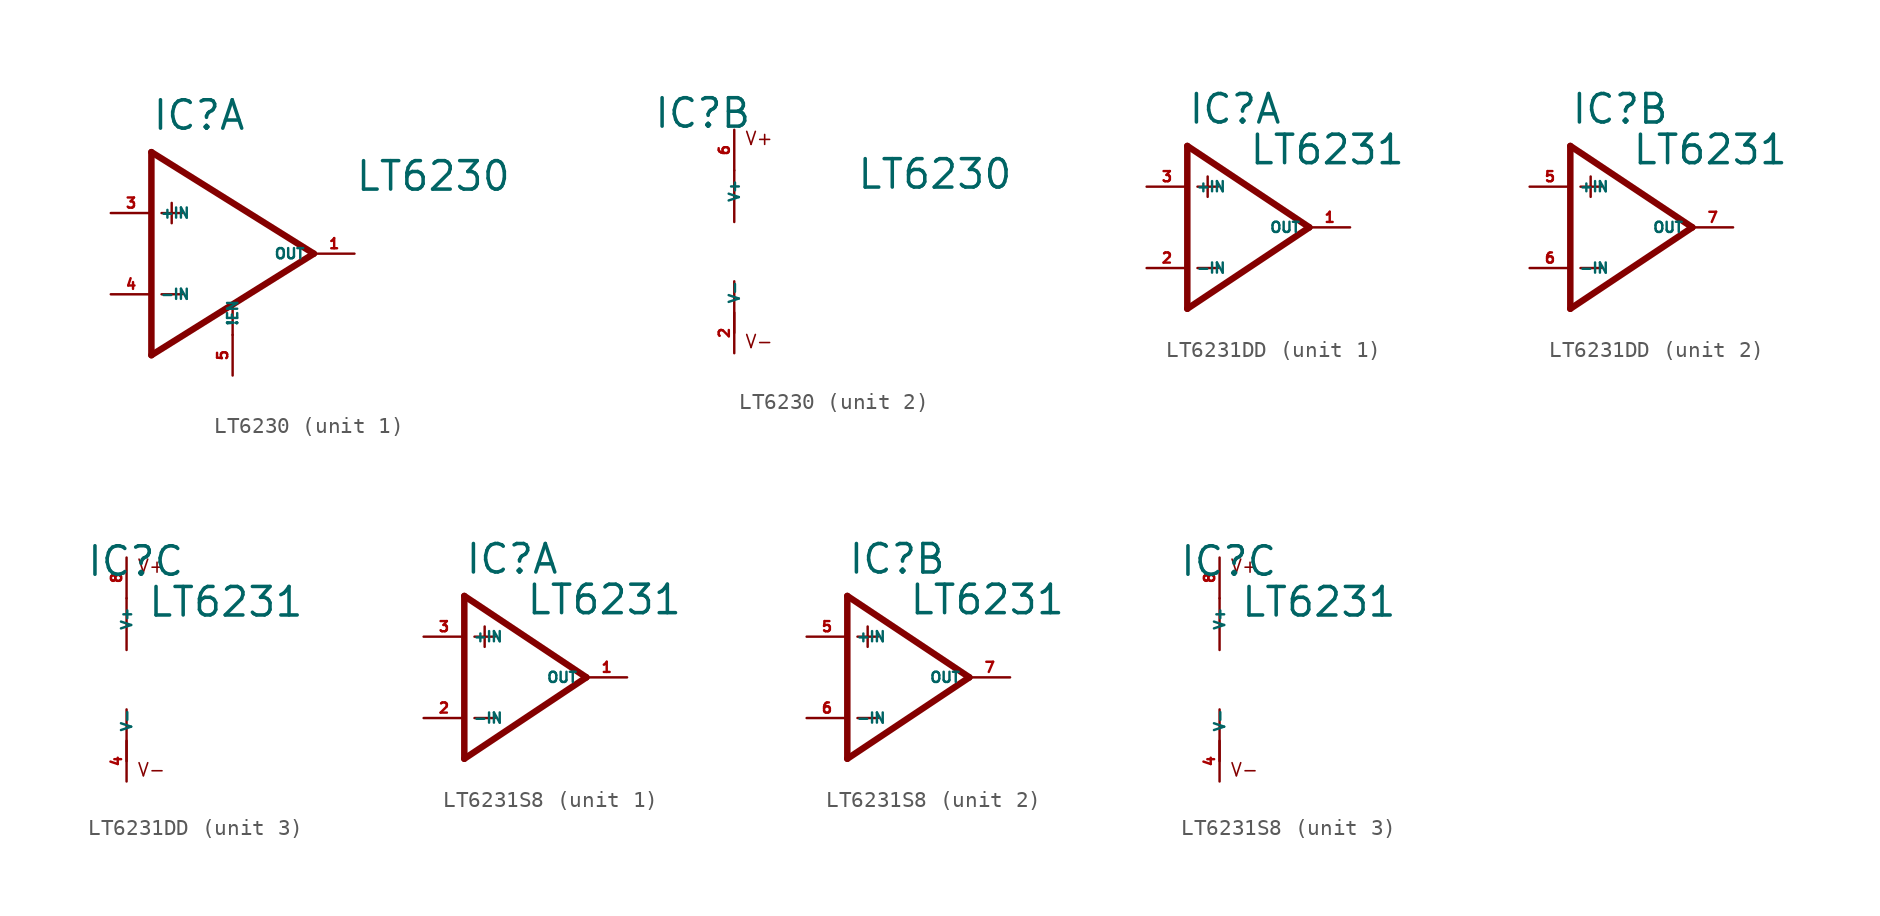
<source format=kicad_sym>
(kicad_symbol_lib
  (version 20220914)
  (generator Eagle2Kicad)
  (symbol "LT6230"
    (property "Reference" "IC"
      (at -5.08 7.62 0)
      (effects (font (size 1.778 1.778) (thickness 0.22)) (justify left bottom)))
    (property "Value" "LT6230"
      (at 7.62 3.81 0)
      (effects (font (size 1.778 1.778) (thickness 0.22)) (justify left bottom)))
    (symbol "LT6230_1_0"
      (polyline (pts (xy -3.81 3.175) (xy -3.81 1.905)) (stroke (width 0.152) (type default)) (fill (type none)))
      (polyline (pts (xy -4.445 2.54) (xy -3.175 2.54)) (stroke (width 0.152) (type default)) (fill (type none)))
      (polyline (pts (xy -4.445 -2.54) (xy -3.175 -2.54)) (stroke (width 0.152) (type default)) (fill (type none)))
      (polyline (pts (xy -5.08 6.35) (xy -5.08 -6.35)) (stroke (width 0.406) (type default)) (fill (type none)))
      (polyline (pts (xy -5.08 -6.35) (xy 5.08 0)) (stroke (width 0.406) (type default)) (fill (type none)))
      (polyline (pts (xy 5.08 0) (xy -5.08 6.35)) (stroke (width 0.406) (type default)) (fill (type none)))
      (polyline (pts (xy 0 -5.08) (xy 0 -3.302)) (stroke (width 0.152) (type default)) (fill (type none)))
      (pin input line (at -7.62 2.54 0) (length 2.54) (name "+IN" (effects (font (size 0.635 0.635) (thickness 0.08)) (justify left bottom))) (number "3" (effects (font (size 0.635 0.635) (thickness 0.08)) (justify left bottom))))
      (pin input line (at -7.62 -2.54 0) (length 2.54) (name "-IN" (effects (font (size 0.635 0.635) (thickness 0.08)) (justify left bottom))) (number "4" (effects (font (size 0.635 0.635) (thickness 0.08)) (justify left bottom))))
      (pin output line (at 7.62 0 180) (length 2.54) (name "OUT" (effects (font (size 0.635 0.635) (thickness 0.08)) (justify left bottom))) (number "1" (effects (font (size 0.635 0.635) (thickness 0.08)) (justify left bottom))))
      (pin bidirectional line (at 0 -7.62 90) (length 2.54) (name "!EN" (effects (font (size 0.635 0.635) (thickness 0.08)) (justify left bottom))) (number "5" (effects (font (size 0.635 0.635) (thickness 0.08)) (justify left bottom)))))
    (symbol "LT6230_2_0"
      (polyline (pts (xy 0 5.08) (xy 0 1.854)) (stroke (width 0.152) (type default)) (fill (type none)))
      (polyline (pts (xy 0 -1.854) (xy 0 -5.08)) (stroke (width 0.152) (type default)) (fill (type none)))
      (text "V+" (at 0.635 6.604 0) (effects (font (size 0.813 0.813) (thickness 0.10)) (justify left bottom)))
      (text "V-" (at 0.635 -6.096 0) (effects (font (size 0.813 0.813) (thickness 0.10)) (justify left bottom)))
      (pin unspecified line (at 0 7.62 270) (length 2.54) (name "V+" (effects (font (size 0.635 0.635) (thickness 0.08)) (justify left bottom))) (number "6" (effects (font (size 0.635 0.635) (thickness 0.08)) (justify left bottom))))
      (pin unspecified line (at 0 -6.35 90) (length 2.54) (name "V-" (effects (font (size 0.635 0.635) (thickness 0.08)) (justify left bottom))) (number "2" (effects (font (size 0.635 0.635) (thickness 0.08)) (justify left bottom))))))
  (symbol "LT6231DD"
    (property "Reference" "IC"
      (at -2.54 6.35 0)
      (effects (font (size 1.778 1.778) (thickness 0.22)) (justify left bottom)))
    (property "Value" "LT6231"
      (at 1.27 3.81 0)
      (effects (font (size 1.778 1.778) (thickness 0.22)) (justify left bottom)))
    (symbol "LT6231DD_1_0"
      (polyline (pts (xy -1.27 3.175) (xy -1.27 1.905)) (stroke (width 0.152) (type default)) (fill (type none)))
      (polyline (pts (xy -1.905 2.54) (xy -0.635 2.54)) (stroke (width 0.152) (type default)) (fill (type none)))
      (polyline (pts (xy -1.905 -2.54) (xy -0.635 -2.54)) (stroke (width 0.152) (type default)) (fill (type none)))
      (polyline (pts (xy -2.54 5.08) (xy -2.54 -5.08)) (stroke (width 0.406) (type default)) (fill (type none)))
      (polyline (pts (xy -2.54 -5.08) (xy 5.08 0)) (stroke (width 0.406) (type default)) (fill (type none)))
      (polyline (pts (xy 5.08 0) (xy -2.54 5.08)) (stroke (width 0.406) (type default)) (fill (type none)))
      (pin input line (at -5.08 2.54 0) (length 2.54) (name "+IN" (effects (font (size 0.635 0.635) (thickness 0.08)) (justify left bottom))) (number "3" (effects (font (size 0.635 0.635) (thickness 0.08)) (justify left bottom))))
      (pin input line (at -5.08 -2.54 0) (length 2.54) (name "-IN" (effects (font (size 0.635 0.635) (thickness 0.08)) (justify left bottom))) (number "2" (effects (font (size 0.635 0.635) (thickness 0.08)) (justify left bottom))))
      (pin output line (at 7.62 0 180) (length 2.54) (name "OUT" (effects (font (size 0.635 0.635) (thickness 0.08)) (justify left bottom))) (number "1" (effects (font (size 0.635 0.635) (thickness 0.08)) (justify left bottom)))))
    (symbol "LT6231DD_2_0"
      (polyline (pts (xy -1.27 3.175) (xy -1.27 1.905)) (stroke (width 0.152) (type default)) (fill (type none)))
      (polyline (pts (xy -1.905 2.54) (xy -0.635 2.54)) (stroke (width 0.152) (type default)) (fill (type none)))
      (polyline (pts (xy -1.905 -2.54) (xy -0.635 -2.54)) (stroke (width 0.152) (type default)) (fill (type none)))
      (polyline (pts (xy -2.54 5.08) (xy -2.54 -5.08)) (stroke (width 0.406) (type default)) (fill (type none)))
      (polyline (pts (xy -2.54 -5.08) (xy 5.08 0)) (stroke (width 0.406) (type default)) (fill (type none)))
      (polyline (pts (xy 5.08 0) (xy -2.54 5.08)) (stroke (width 0.406) (type default)) (fill (type none)))
      (pin input line (at -5.08 2.54 0) (length 2.54) (name "+IN" (effects (font (size 0.635 0.635) (thickness 0.08)) (justify left bottom))) (number "5" (effects (font (size 0.635 0.635) (thickness 0.08)) (justify left bottom))))
      (pin input line (at -5.08 -2.54 0) (length 2.54) (name "-IN" (effects (font (size 0.635 0.635) (thickness 0.08)) (justify left bottom))) (number "6" (effects (font (size 0.635 0.635) (thickness 0.08)) (justify left bottom))))
      (pin output line (at 7.62 0 180) (length 2.54) (name "OUT" (effects (font (size 0.635 0.635) (thickness 0.08)) (justify left bottom))) (number "7" (effects (font (size 0.635 0.635) (thickness 0.08)) (justify left bottom)))))
    (symbol "LT6231DD_3_0"
      (polyline (pts (xy 0 5.08) (xy 0 1.854)) (stroke (width 0.152) (type default)) (fill (type none)))
      (polyline (pts (xy 0 -1.854) (xy 0 -5.08)) (stroke (width 0.152) (type default)) (fill (type none)))
      (text "V+" (at 0.635 6.604 0) (effects (font (size 0.813 0.813) (thickness 0.10)) (justify left bottom)))
      (text "V-" (at 0.635 -6.096 0) (effects (font (size 0.813 0.813) (thickness 0.10)) (justify left bottom)))
      (pin unspecified line (at 0 7.62 270) (length 2.54) (name "V+" (effects (font (size 0.635 0.635) (thickness 0.08)) (justify left bottom))) (number "8" (effects (font (size 0.635 0.635) (thickness 0.08)) (justify left bottom))))
      (pin unspecified line (at 0 -6.35 90) (length 2.54) (name "V-" (effects (font (size 0.635 0.635) (thickness 0.08)) (justify left bottom))) (number "4" (effects (font (size 0.635 0.635) (thickness 0.08)) (justify left bottom))))))
  (symbol "LT6231S8"
    (property "Reference" "IC"
      (at -2.54 6.35 0)
      (effects (font (size 1.778 1.778) (thickness 0.22)) (justify left bottom)))
    (property "Value" "LT6231"
      (at 1.27 3.81 0)
      (effects (font (size 1.778 1.778) (thickness 0.22)) (justify left bottom)))
    (symbol "LT6231S8_1_0"
      (polyline (pts (xy -1.27 3.175) (xy -1.27 1.905)) (stroke (width 0.152) (type default)) (fill (type none)))
      (polyline (pts (xy -1.905 2.54) (xy -0.635 2.54)) (stroke (width 0.152) (type default)) (fill (type none)))
      (polyline (pts (xy -1.905 -2.54) (xy -0.635 -2.54)) (stroke (width 0.152) (type default)) (fill (type none)))
      (polyline (pts (xy -2.54 5.08) (xy -2.54 -5.08)) (stroke (width 0.406) (type default)) (fill (type none)))
      (polyline (pts (xy -2.54 -5.08) (xy 5.08 0)) (stroke (width 0.406) (type default)) (fill (type none)))
      (polyline (pts (xy 5.08 0) (xy -2.54 5.08)) (stroke (width 0.406) (type default)) (fill (type none)))
      (pin input line (at -5.08 2.54 0) (length 2.54) (name "+IN" (effects (font (size 0.635 0.635) (thickness 0.08)) (justify left bottom))) (number "3" (effects (font (size 0.635 0.635) (thickness 0.08)) (justify left bottom))))
      (pin input line (at -5.08 -2.54 0) (length 2.54) (name "-IN" (effects (font (size 0.635 0.635) (thickness 0.08)) (justify left bottom))) (number "2" (effects (font (size 0.635 0.635) (thickness 0.08)) (justify left bottom))))
      (pin output line (at 7.62 0 180) (length 2.54) (name "OUT" (effects (font (size 0.635 0.635) (thickness 0.08)) (justify left bottom))) (number "1" (effects (font (size 0.635 0.635) (thickness 0.08)) (justify left bottom)))))
    (symbol "LT6231S8_2_0"
      (polyline (pts (xy -1.27 3.175) (xy -1.27 1.905)) (stroke (width 0.152) (type default)) (fill (type none)))
      (polyline (pts (xy -1.905 2.54) (xy -0.635 2.54)) (stroke (width 0.152) (type default)) (fill (type none)))
      (polyline (pts (xy -1.905 -2.54) (xy -0.635 -2.54)) (stroke (width 0.152) (type default)) (fill (type none)))
      (polyline (pts (xy -2.54 5.08) (xy -2.54 -5.08)) (stroke (width 0.406) (type default)) (fill (type none)))
      (polyline (pts (xy -2.54 -5.08) (xy 5.08 0)) (stroke (width 0.406) (type default)) (fill (type none)))
      (polyline (pts (xy 5.08 0) (xy -2.54 5.08)) (stroke (width 0.406) (type default)) (fill (type none)))
      (pin input line (at -5.08 2.54 0) (length 2.54) (name "+IN" (effects (font (size 0.635 0.635) (thickness 0.08)) (justify left bottom))) (number "5" (effects (font (size 0.635 0.635) (thickness 0.08)) (justify left bottom))))
      (pin input line (at -5.08 -2.54 0) (length 2.54) (name "-IN" (effects (font (size 0.635 0.635) (thickness 0.08)) (justify left bottom))) (number "6" (effects (font (size 0.635 0.635) (thickness 0.08)) (justify left bottom))))
      (pin output line (at 7.62 0 180) (length 2.54) (name "OUT" (effects (font (size 0.635 0.635) (thickness 0.08)) (justify left bottom))) (number "7" (effects (font (size 0.635 0.635) (thickness 0.08)) (justify left bottom)))))
    (symbol "LT6231S8_3_0"
      (polyline (pts (xy 0 5.08) (xy 0 1.854)) (stroke (width 0.152) (type default)) (fill (type none)))
      (polyline (pts (xy 0 -1.854) (xy 0 -5.08)) (stroke (width 0.152) (type default)) (fill (type none)))
      (text "V+" (at 0.635 6.604 0) (effects (font (size 0.813 0.813) (thickness 0.10)) (justify left bottom)))
      (text "V-" (at 0.635 -6.096 0) (effects (font (size 0.813 0.813) (thickness 0.10)) (justify left bottom)))
      (pin unspecified line (at 0 7.62 270) (length 2.54) (name "V+" (effects (font (size 0.635 0.635) (thickness 0.08)) (justify left bottom))) (number "8" (effects (font (size 0.635 0.635) (thickness 0.08)) (justify left bottom))))
      (pin unspecified line (at 0 -6.35 90) (length 2.54) (name "V-" (effects (font (size 0.635 0.635) (thickness 0.08)) (justify left bottom))) (number "4" (effects (font (size 0.635 0.635) (thickness 0.08)) (justify left bottom)))))))
</source>
